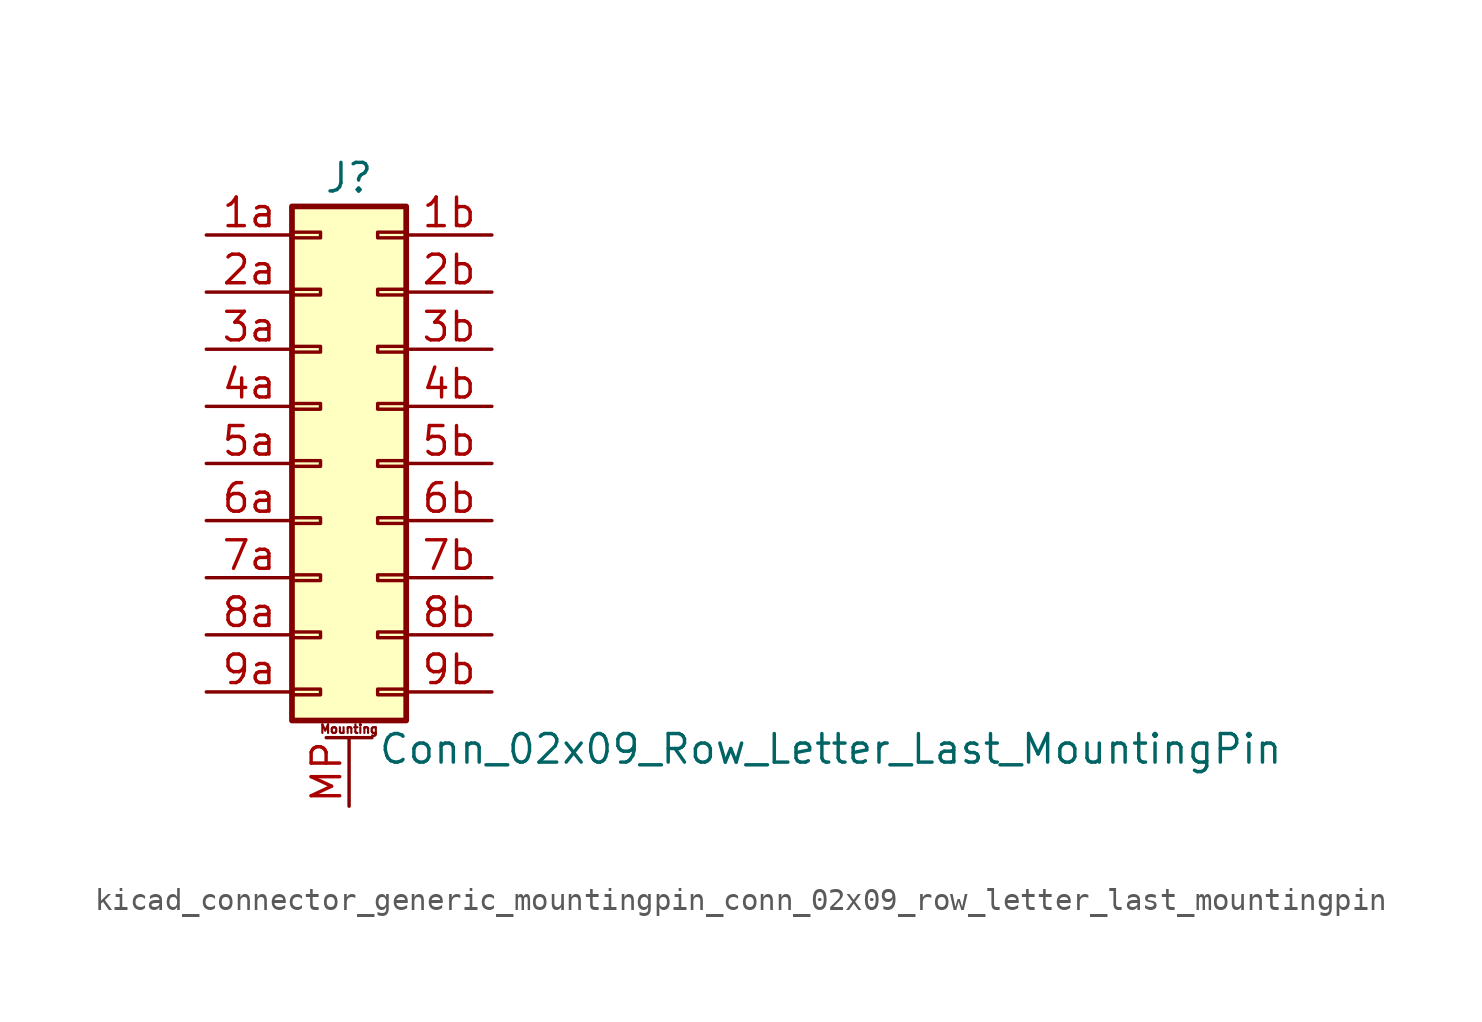
<source format=kicad_sym>
(kicad_symbol_lib
  (version 20220914)
  (generator kicad_symbol_editor)
  (symbol "kicad_connector_generic_mountingpin_conn_02x09_row_letter_last_mountingpin"
    (pin_names
      (offset 1.016) hide)
    (property "Reference" "J"
      (at 1.27 12.7 0)
      (effects (font (size 1.27 1.27))))
    (property "Value" "Conn_02x09_Row_Letter_Last_MountingPin"
      (at 2.54 -12.7 0)
      (effects (font (size 1.27 1.27)) (justify left)))
    (symbol "kicad_connector_generic_mountingpin_conn_02x09_row_letter_last_mountingpin_1_1"
      (rectangle (start -1.27 -10.033) (end 0 -10.287) (stroke (width 0.152) (type default)) (fill (type none)))
      (rectangle (start -1.27 -7.493) (end 0 -7.747) (stroke (width 0.152) (type default)) (fill (type none)))
      (rectangle (start -1.27 -4.953) (end 0 -5.207) (stroke (width 0.152) (type default)) (fill (type none)))
      (rectangle (start -1.27 -2.413) (end 0 -2.667) (stroke (width 0.152) (type default)) (fill (type none)))
      (rectangle (start -1.27 0.127) (end 0 -0.127) (stroke (width 0.152) (type default)) (fill (type none)))
      (rectangle (start -1.27 2.667) (end 0 2.413) (stroke (width 0.152) (type default)) (fill (type none)))
      (rectangle (start -1.27 5.207) (end 0 4.953) (stroke (width 0.152) (type default)) (fill (type none)))
      (rectangle (start -1.27 7.747) (end 0 7.493) (stroke (width 0.152) (type default)) (fill (type none)))
      (rectangle (start -1.27 10.287) (end 0 10.033) (stroke (width 0.152) (type default)) (fill (type none)))
      (rectangle (start -1.27 11.43) (end 3.81 -11.43) (stroke (width 0.254) (type default)) (fill (type background)))
      (polyline (pts (xy 0.254 -12.192) (xy 2.286 -12.192)) (stroke (width 0.152) (type default)) (fill (type none)))
      (rectangle (start 3.81 -10.033) (end 2.54 -10.287) (stroke (width 0.152) (type default)) (fill (type none)))
      (rectangle (start 3.81 -7.493) (end 2.54 -7.747) (stroke (width 0.152) (type default)) (fill (type none)))
      (rectangle (start 3.81 -4.953) (end 2.54 -5.207) (stroke (width 0.152) (type default)) (fill (type none)))
      (rectangle (start 3.81 -2.413) (end 2.54 -2.667) (stroke (width 0.152) (type default)) (fill (type none)))
      (rectangle (start 3.81 0.127) (end 2.54 -0.127) (stroke (width 0.152) (type default)) (fill (type none)))
      (rectangle (start 3.81 2.667) (end 2.54 2.413) (stroke (width 0.152) (type default)) (fill (type none)))
      (rectangle (start 3.81 5.207) (end 2.54 4.953) (stroke (width 0.152) (type default)) (fill (type none)))
      (rectangle (start 3.81 7.747) (end 2.54 7.493) (stroke (width 0.152) (type default)) (fill (type none)))
      (rectangle (start 3.81 10.287) (end 2.54 10.033) (stroke (width 0.152) (type default)) (fill (type none)))
      (text "Mounting" (at 1.27 -11.811 0) (effects (font (size 0.381 0.381))))
      (pin passive line (at -5.08 10.16 0) (length 3.81) (name "Pin_1a" (effects (font (size 1.27 1.27)))) (number "1a" (effects (font (size 1.27 1.27)))))
      (pin passive line (at 7.62 10.16 180) (length 3.81) (name "Pin_1b" (effects (font (size 1.27 1.27)))) (number "1b" (effects (font (size 1.27 1.27)))))
      (pin passive line (at -5.08 7.62 0) (length 3.81) (name "Pin_2a" (effects (font (size 1.27 1.27)))) (number "2a" (effects (font (size 1.27 1.27)))))
      (pin passive line (at 7.62 7.62 180) (length 3.81) (name "Pin_2b" (effects (font (size 1.27 1.27)))) (number "2b" (effects (font (size 1.27 1.27)))))
      (pin passive line (at -5.08 5.08 0) (length 3.81) (name "Pin_3a" (effects (font (size 1.27 1.27)))) (number "3a" (effects (font (size 1.27 1.27)))))
      (pin passive line (at 7.62 5.08 180) (length 3.81) (name "Pin_3b" (effects (font (size 1.27 1.27)))) (number "3b" (effects (font (size 1.27 1.27)))))
      (pin passive line (at -5.08 2.54 0) (length 3.81) (name "Pin_4a" (effects (font (size 1.27 1.27)))) (number "4a" (effects (font (size 1.27 1.27)))))
      (pin passive line (at 7.62 2.54 180) (length 3.81) (name "Pin_4b" (effects (font (size 1.27 1.27)))) (number "4b" (effects (font (size 1.27 1.27)))))
      (pin passive line (at -5.08 0 0) (length 3.81) (name "Pin_5a" (effects (font (size 1.27 1.27)))) (number "5a" (effects (font (size 1.27 1.27)))))
      (pin passive line (at 7.62 0 180) (length 3.81) (name "Pin_5b" (effects (font (size 1.27 1.27)))) (number "5b" (effects (font (size 1.27 1.27)))))
      (pin passive line (at -5.08 -2.54 0) (length 3.81) (name "Pin_6a" (effects (font (size 1.27 1.27)))) (number "6a" (effects (font (size 1.27 1.27)))))
      (pin passive line (at 7.62 -2.54 180) (length 3.81) (name "Pin_6b" (effects (font (size 1.27 1.27)))) (number "6b" (effects (font (size 1.27 1.27)))))
      (pin passive line (at -5.08 -5.08 0) (length 3.81) (name "Pin_7a" (effects (font (size 1.27 1.27)))) (number "7a" (effects (font (size 1.27 1.27)))))
      (pin passive line (at 7.62 -5.08 180) (length 3.81) (name "Pin_7b" (effects (font (size 1.27 1.27)))) (number "7b" (effects (font (size 1.27 1.27)))))
      (pin passive line (at -5.08 -7.62 0) (length 3.81) (name "Pin_8a" (effects (font (size 1.27 1.27)))) (number "8a" (effects (font (size 1.27 1.27)))))
      (pin passive line (at 7.62 -7.62 180) (length 3.81) (name "Pin_8b" (effects (font (size 1.27 1.27)))) (number "8b" (effects (font (size 1.27 1.27)))))
      (pin passive line (at -5.08 -10.16 0) (length 3.81) (name "Pin_9a" (effects (font (size 1.27 1.27)))) (number "9a" (effects (font (size 1.27 1.27)))))
      (pin passive line (at 7.62 -10.16 180) (length 3.81) (name "Pin_9b" (effects (font (size 1.27 1.27)))) (number "9b" (effects (font (size 1.27 1.27)))))
      (pin passive line (at 1.27 -15.24 90) (length 3.048) (name "MountPin" (effects (font (size 1.27 1.27)))) (number "MP" (effects (font (size 1.27 1.27))))))))
</source>
